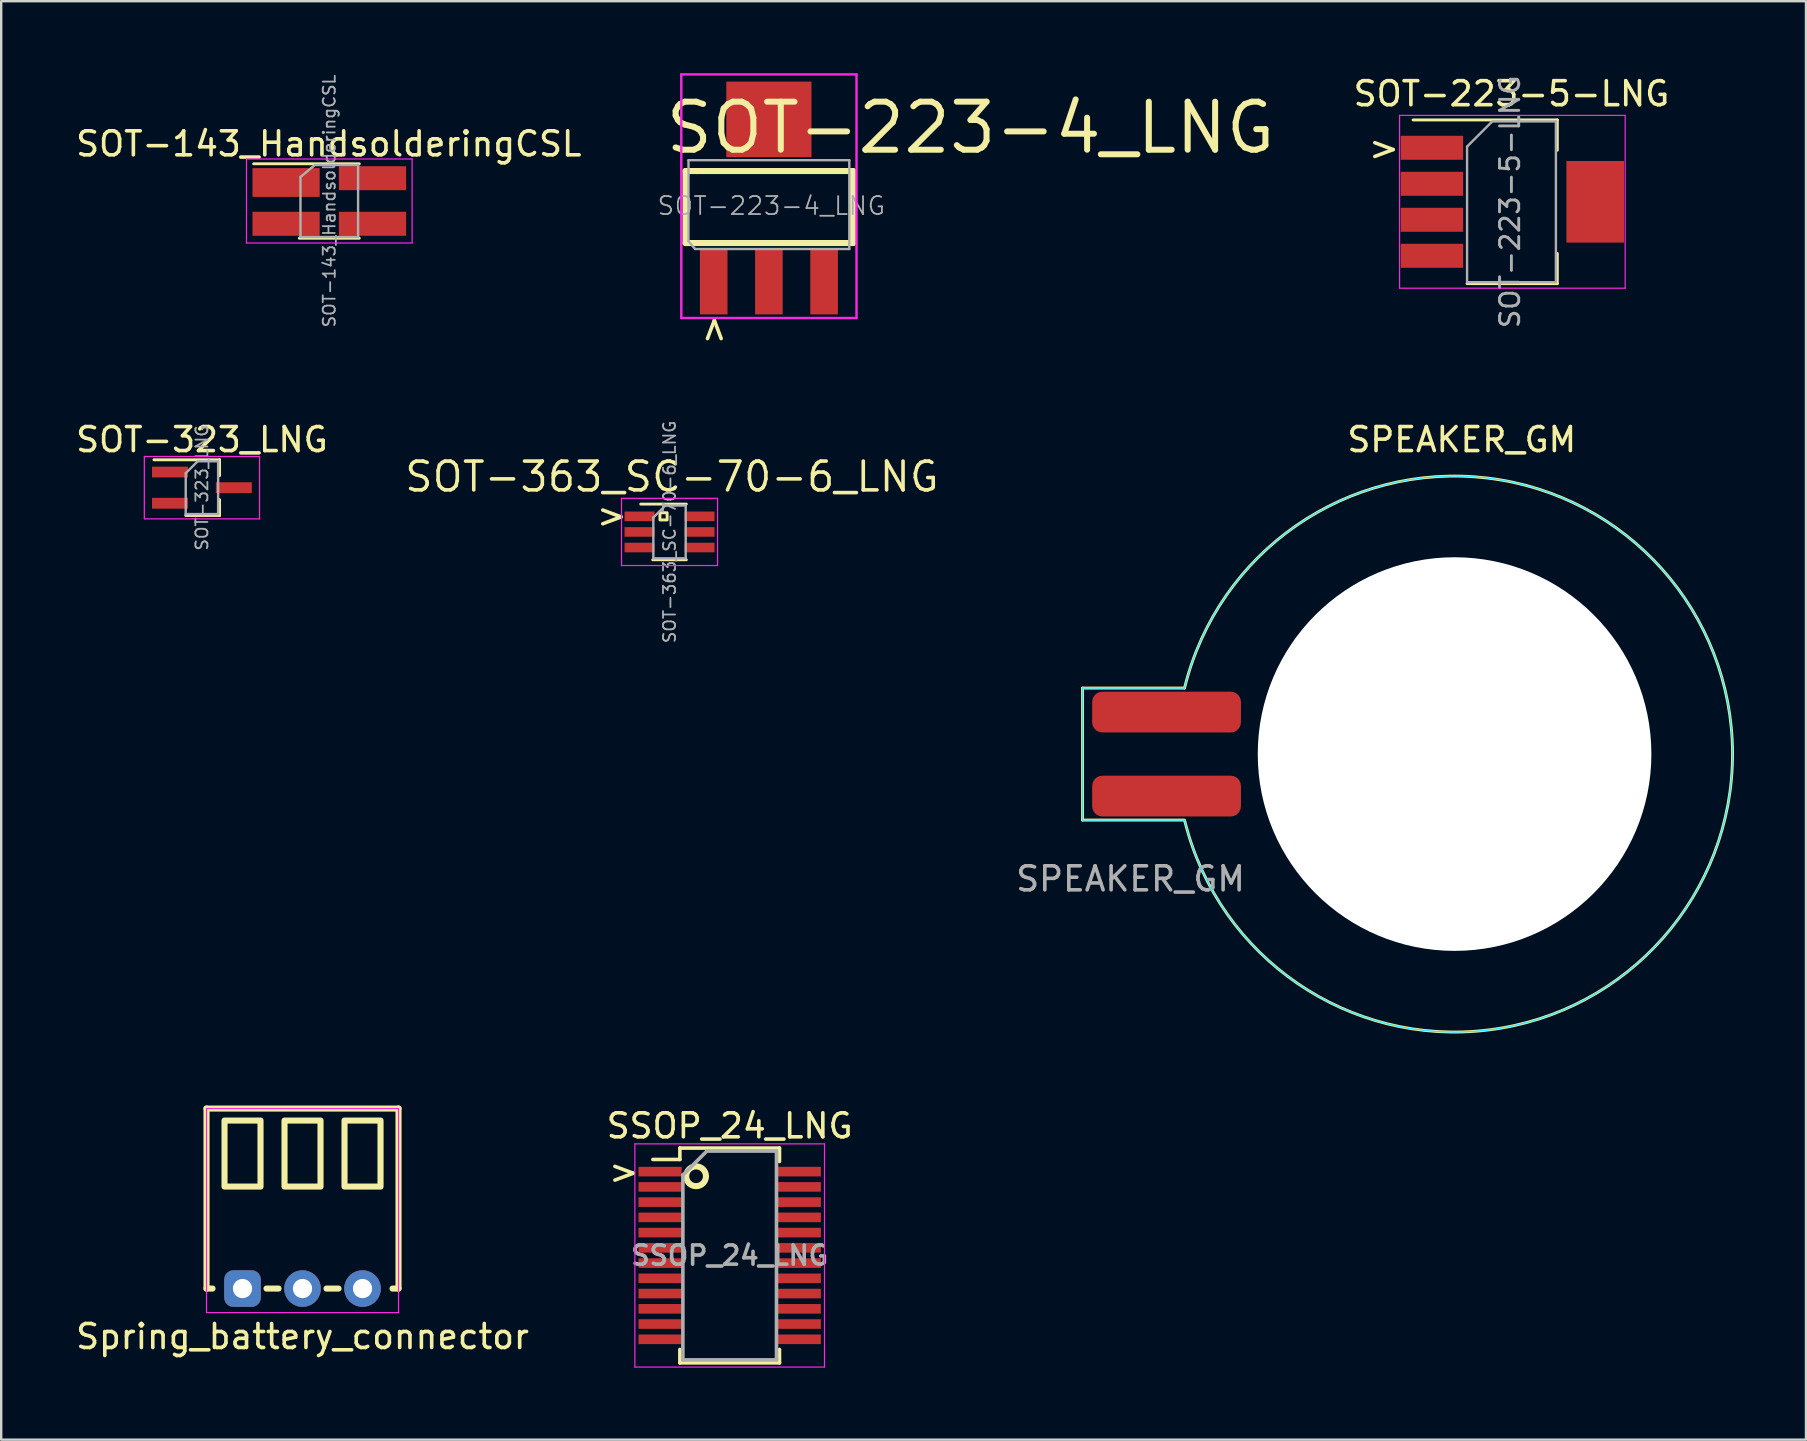
<source format=kicad_pcb>
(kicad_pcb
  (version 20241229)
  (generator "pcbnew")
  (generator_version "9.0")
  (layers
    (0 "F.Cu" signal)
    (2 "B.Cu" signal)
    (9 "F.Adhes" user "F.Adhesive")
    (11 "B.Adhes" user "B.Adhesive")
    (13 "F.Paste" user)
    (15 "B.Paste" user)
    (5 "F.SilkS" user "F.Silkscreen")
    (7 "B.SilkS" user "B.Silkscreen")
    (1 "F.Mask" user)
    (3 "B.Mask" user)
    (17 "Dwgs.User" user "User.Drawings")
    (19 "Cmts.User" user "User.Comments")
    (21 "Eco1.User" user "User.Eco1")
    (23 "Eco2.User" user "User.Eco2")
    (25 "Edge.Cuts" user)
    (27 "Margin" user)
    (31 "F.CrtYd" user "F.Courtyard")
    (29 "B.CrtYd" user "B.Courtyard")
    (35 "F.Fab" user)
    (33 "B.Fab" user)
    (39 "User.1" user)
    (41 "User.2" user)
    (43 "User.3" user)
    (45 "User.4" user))
  (footprint "SOT-223-4_LNG"
    (layer "F.Cu")
    (at 28.985 5.475)
    (property "Reference" "SOT-223-4_LNG" (at 8.4 -3.2 0) (layer "F.SilkS") (effects (font (size 2 2) (thickness 0.25))))
    (attr smd)
    (fp_line (start -3.475 -1.4) (end -3 -1.4) (stroke (width 0.254) (type solid)) (layer "F.SilkS"))
    (fp_line (start -3.475 1.35) (end -3.475 1.6) (stroke (width 0.1) (type solid)) (layer "F.SilkS"))
    (fp_line (start -3.475 1.6) (end -3.475 -1.4) (stroke (width 0.254) (type solid)) (layer "F.SilkS"))
    (fp_line (start -3 -1.4) (end 3.5 -1.4) (stroke (width 0.254) (type solid)) (layer "F.SilkS"))
    (fp_line (start 3.5 -1.4) (end 3.5 1.6) (stroke (width 0.254) (type solid)) (layer "F.SilkS"))
    (fp_line (start 3.5 1.6) (end -3.475 1.6) (stroke (width 0.254) (type solid)) (layer "F.SilkS"))
    (fp_line (start -3.65 -5.425) (end 3.65 -5.425) (stroke (width 0.1) (type solid)) (layer "F.CrtYd"))
    (fp_line (start -3.65 4.725) (end -3.65 -5.425) (stroke (width 0.1) (type solid)) (layer "F.CrtYd"))
    (fp_line (start 3.65 -5.425) (end 3.65 4.725) (stroke (width 0.1) (type solid)) (layer "F.CrtYd"))
    (fp_line (start 3.65 4.725) (end -3.65 4.725) (stroke (width 0.1) (type solid)) (layer "F.CrtYd"))
    (fp_line (start -3.35 -1.85) (end 3.35 -1.85) (stroke (width 0.1) (type solid)) (layer "F.Fab"))
    (fp_line (start -3.35 1.525) (end -3.35 -1.85) (stroke (width 0.1) (type solid)) (layer "F.Fab"))
    (fp_line (start -3.35 1.525) (end -3.075 1.85) (stroke (width 0.1) (type solid)) (layer "F.Fab"))
    (fp_line (start -3.075 1.85) (end 3.35 1.85) (stroke (width 0.1) (type solid)) (layer "F.Fab"))
    (fp_line (start 3.35 -1.85) (end 3.35 1.85) (stroke (width 0.1) (type solid)) (layer "F.Fab"))
    (fp_text user "<" (at -2.2 5.2 270) (unlocked yes) (layer "F.SilkS") (effects (font (size 1 1) (thickness 0.15))))
    (fp_text user "${REFERENCE}" (at 0.1 0.05 0) (layer "F.Fab") (effects (font (size 0.75 0.75) (thickness 0.075))))
    (pad "1" smd rect (at -2.3 3.2) (size 1.15 2.75) (layers "F.Cu" "F.Mask" "F.Paste"))
    (pad "2" smd rect (at 0 3.2) (size 1.15 2.75) (layers "F.Cu" "F.Mask" "F.Paste"))
    (pad "3" smd rect (at 2.3 3.2) (size 1.15 2.75) (layers "F.Cu" "F.Mask" "F.Paste"))
    (pad "4" smd rect (at 0 -3.55) (size 3.55 3.15) (layers "F.Cu" "F.Mask" "F.Paste")))
  (footprint "Spring_battery_connector"
    (layer "F.Cu")
    (at 9.554 53.136)
    (property "Reference" "Spring_battery_connector" (at 0 -0.5 0) (unlocked yes) (layer "F.SilkS") (effects (font (size 1 1) (thickness 0.15))))
    (attr through_hole)
    (fp_line (start -4 -10) (end 4 -10) (stroke (width 0.254) (type solid)) (layer "F.SilkS"))
    (fp_line (start -4 -2.5) (end -4 -10) (stroke (width 0.254) (type solid)) (layer "F.SilkS"))
    (fp_line (start -3.75 -2.5) (end -4 -2.5) (stroke (width 0.254) (type solid)) (layer "F.SilkS"))
    (fp_line (start -1.5 -2.5) (end -1 -2.5) (stroke (width 0.254) (type solid)) (layer "F.SilkS"))
    (fp_line (start 1 -2.5) (end 1.5 -2.5) (stroke (width 0.254) (type solid)) (layer "F.SilkS"))
    (fp_line (start 4 -10) (end 4 -2.5) (stroke (width 0.254) (type solid)) (layer "F.SilkS"))
    (fp_line (start 4 -2.5) (end 3.75 -2.5) (stroke (width 0.254) (type solid)) (layer "F.SilkS"))
    (fp_rect (start -3.25 -9.5) (end -1.75 -6.75) (stroke (width 0.254) (type solid)) (fill no) (layer "F.SilkS"))
    (fp_rect (start -0.75 -9.5) (end 0.75 -6.75) (stroke (width 0.254) (type solid)) (fill no) (layer "F.SilkS"))
    (fp_rect (start 1.75 -9.5) (end 3.25 -6.75) (stroke (width 0.254) (type solid)) (fill no) (layer "F.SilkS"))
    (fp_line (start -4 -10) (end 4 -10) (stroke (width 0.05) (type solid)) (layer "F.CrtYd"))
    (fp_line (start -4 -1.5) (end -4 -10) (stroke (width 0.05) (type solid)) (layer "F.CrtYd"))
    (fp_line (start 4 -10) (end 4 -1.5) (stroke (width 0.05) (type solid)) (layer "F.CrtYd"))
    (fp_line (start 4 -1.5) (end -4 -1.5) (stroke (width 0.05) (type solid)) (layer "F.CrtYd"))
    (pad "1" thru_hole roundrect (at -2.5 -2.5) (size 1.524 1.524) (drill 0.8) (layers "*.Cu" "*.Mask") (roundrect_rratio 0.25))
    (pad "2" thru_hole circle (at 0 -2.5) (size 1.524 1.524) (drill 0.8) (layers "*.Cu" "*.Mask"))
    (pad "3" thru_hole circle (at 2.5 -2.5) (size 1.524 1.524) (drill 0.8) (layers "*.Cu" "*.Mask")))
  (footprint "SSOP_24_LNG"
    (layer "F.Cu")
    (at 27.351 49.257)
    (property "Reference" "SSOP_24_LNG" (at 0 -5.4 0) (layer "F.SilkS") (effects (font (size 1 1) (thickness 0.15))))
    (attr smd)
    (fp_line (start -2.075 -4.475) (end -2.075 -4) (stroke (width 0.15) (type solid)) (layer "F.SilkS"))
    (fp_line (start -2.075 -4.475) (end 2.075 -4.475) (stroke (width 0.15) (type solid)) (layer "F.SilkS"))
    (fp_line (start -2.075 -4) (end -3.2 -4) (stroke (width 0.15) (type solid)) (layer "F.SilkS"))
    (fp_line (start -2.075 4.475) (end -2.075 3.917) (stroke (width 0.15) (type solid)) (layer "F.SilkS"))
    (fp_line (start -2.075 4.475) (end 2.075 4.475) (stroke (width 0.15) (type solid)) (layer "F.SilkS"))
    (fp_line (start 2.075 -4.475) (end 2.075 -3.917) (stroke (width 0.15) (type solid)) (layer "F.SilkS"))
    (fp_line (start 2.075 4.475) (end 2.075 3.917) (stroke (width 0.15) (type solid)) (layer "F.SilkS"))
    (fp_circle (center -1.4 -3.3) (end -1 -3.4) (stroke (width 0.254) (type solid)) (fill no) (layer "F.SilkS"))
    (fp_line (start -3.95 -4.65) (end -3.95 4.65) (stroke (width 0.05) (type solid)) (layer "F.CrtYd"))
    (fp_line (start -3.95 -4.65) (end 3.95 -4.65) (stroke (width 0.05) (type solid)) (layer "F.CrtYd"))
    (fp_line (start -3.95 4.65) (end 3.95 4.65) (stroke (width 0.05) (type solid)) (layer "F.CrtYd"))
    (fp_line (start 3.95 -4.65) (end 3.95 4.65) (stroke (width 0.05) (type solid)) (layer "F.CrtYd"))
    (fp_line (start -1.95 -3.35) (end -0.95 -4.35) (stroke (width 0.15) (type solid)) (layer "F.Fab"))
    (fp_line (start -1.95 4.35) (end -1.95 -3.35) (stroke (width 0.15) (type solid)) (layer "F.Fab"))
    (fp_line (start -0.95 -4.35) (end 1.95 -4.35) (stroke (width 0.15) (type solid)) (layer "F.Fab"))
    (fp_line (start 1.95 -4.35) (end 1.95 4.35) (stroke (width 0.15) (type solid)) (layer "F.Fab"))
    (fp_line (start 1.95 4.35) (end -1.95 4.35) (stroke (width 0.15) (type solid)) (layer "F.Fab"))
    (fp_text user ">" (at -4.4 -3.5 0) (unlocked yes) (layer "F.SilkS") (effects (font (size 1 1) (thickness 0.15))))
    (fp_text user "${REFERENCE}" (at 0 0 0) (layer "F.Fab") (effects (font (size 0.8 0.8) (thickness 0.15))))
    (pad "1" smd rect (at -2.9 -3.493) (size 1.8 0.4) (layers "F.Cu" "F.Mask" "F.Paste"))
    (pad "2" smd rect (at -2.9 -2.857) (size 1.8 0.4) (layers "F.Cu" "F.Mask" "F.Paste"))
    (pad "3" smd rect (at -2.9 -2.223) (size 1.8 0.4) (layers "F.Cu" "F.Mask" "F.Paste"))
    (pad "4" smd rect (at -2.9 -1.587) (size 1.8 0.4) (layers "F.Cu" "F.Mask" "F.Paste"))
    (pad "5" smd rect (at -2.9 -0.953) (size 1.8 0.4) (layers "F.Cu" "F.Mask" "F.Paste"))
    (pad "6" smd rect (at -2.9 -0.318) (size 1.8 0.4) (layers "F.Cu" "F.Mask" "F.Paste"))
    (pad "7" smd rect (at -2.9 0.318) (size 1.8 0.4) (layers "F.Cu" "F.Mask" "F.Paste"))
    (pad "8" smd rect (at -2.9 0.953) (size 1.8 0.4) (layers "F.Cu" "F.Mask" "F.Paste"))
    (pad "9" smd rect (at -2.9 1.587) (size 1.8 0.4) (layers "F.Cu" "F.Mask" "F.Paste"))
    (pad "10" smd rect (at -2.9 2.223) (size 1.8 0.4) (layers "F.Cu" "F.Mask" "F.Paste"))
    (pad "11" smd rect (at -2.9 2.857) (size 1.8 0.4) (layers "F.Cu" "F.Mask" "F.Paste"))
    (pad "12" smd rect (at -2.9 3.493) (size 1.8 0.4) (layers "F.Cu" "F.Mask" "F.Paste"))
    (pad "13" smd rect (at 2.9 3.493) (size 1.8 0.4) (layers "F.Cu" "F.Mask" "F.Paste"))
    (pad "14" smd rect (at 2.9 2.857) (size 1.8 0.4) (layers "F.Cu" "F.Mask" "F.Paste"))
    (pad "15" smd rect (at 2.9 2.223) (size 1.8 0.4) (layers "F.Cu" "F.Mask" "F.Paste"))
    (pad "16" smd rect (at 2.9 1.587) (size 1.8 0.4) (layers "F.Cu" "F.Mask" "F.Paste"))
    (pad "17" smd rect (at 2.9 0.953) (size 1.8 0.4) (layers "F.Cu" "F.Mask" "F.Paste"))
    (pad "18" smd rect (at 2.9 0.318) (size 1.8 0.4) (layers "F.Cu" "F.Mask" "F.Paste"))
    (pad "19" smd rect (at 2.9 -0.318) (size 1.8 0.4) (layers "F.Cu" "F.Mask" "F.Paste"))
    (pad "20" smd rect (at 2.9 -0.953) (size 1.8 0.4) (layers "F.Cu" "F.Mask" "F.Paste"))
    (pad "21" smd rect (at 2.9 -1.587) (size 1.8 0.4) (layers "F.Cu" "F.Mask" "F.Paste"))
    (pad "22" smd rect (at 2.9 -2.223) (size 1.8 0.4) (layers "F.Cu" "F.Mask" "F.Paste"))
    (pad "23" smd rect (at 2.9 -2.857) (size 1.8 0.4) (layers "F.Cu" "F.Mask" "F.Paste"))
    (pad "24" smd rect (at 2.9 -3.493) (size 1.8 0.4) (layers "F.Cu" "F.Mask" "F.Paste")))
  (footprint "SOT-323_LNG"
    (layer "F.Cu")
    (at 5.363 17.267)
    (property "Reference" "SOT-323_LNG" (at 0 -2 0) (layer "F.SilkS") (effects (font (size 1 1) (thickness 0.15))))
    (attr smd)
    (fp_line (start -0.675 1.16) (end 0.735 1.16) (stroke (width 0.12) (type solid)) (layer "F.SilkS"))
    (fp_line (start 0.735 -1.17) (end 0.735 -0.5) (stroke (width 0.12) (type solid)) (layer "F.SilkS"))
    (fp_line (start 0.735 -1.16) (end -2 -1.16) (stroke (width 0.12) (type solid)) (layer "F.SilkS"))
    (fp_line (start 0.735 0.5) (end 0.735 1.16) (stroke (width 0.12) (type solid)) (layer "F.SilkS"))
    (fp_line (start -2.4 -1.3) (end 2.4 -1.3) (stroke (width 0.05) (type solid)) (layer "F.CrtYd"))
    (fp_line (start -2.4 1.3) (end -2.4 -1.3) (stroke (width 0.05) (type solid)) (layer "F.CrtYd"))
    (fp_line (start 2.4 -1.3) (end 2.4 1.3) (stroke (width 0.05) (type solid)) (layer "F.CrtYd"))
    (fp_line (start 2.4 1.3) (end -2.4 1.3) (stroke (width 0.05) (type solid)) (layer "F.CrtYd"))
    (fp_line (start -0.675 -0.6) (end -0.675 1.1) (stroke (width 0.1) (type solid)) (layer "F.Fab"))
    (fp_line (start -0.175 -1.1) (end -0.675 -0.6) (stroke (width 0.1) (type solid)) (layer "F.Fab"))
    (fp_line (start 0.675 -1.1) (end -0.175 -1.1) (stroke (width 0.1) (type solid)) (layer "F.Fab"))
    (fp_line (start 0.675 -1.1) (end 0.675 1.1) (stroke (width 0.1) (type solid)) (layer "F.Fab"))
    (fp_line (start 0.675 1.1) (end -0.675 1.1) (stroke (width 0.1) (type solid)) (layer "F.Fab"))
    (fp_text user "${REFERENCE}" (at 0 0 90) (layer "F.Fab") (effects (font (size 0.5 0.5) (thickness 0.075))))
    (pad "1" smd rect (at -1.33 -0.65 270) (size 0.45 1.5) (layers "F.Cu" "F.Mask" "F.Paste"))
    (pad "2" smd rect (at -1.33 0.65 270) (size 0.45 1.5) (layers "F.Cu" "F.Mask" "F.Paste"))
    (pad "3" smd rect (at 1.33 0 270) (size 0.45 1.5) (layers "F.Cu" "F.Mask" "F.Paste")))
  (footprint "SOT-223-5-LNG"
    (layer "F.Cu")
    (at 59.861 5.357)
    (property "Reference" "SOT-223-5-LNG" (at 0.062 -4.5 0) (layer "F.SilkS") (effects (font (size 1 1) (thickness 0.15))))
    (attr smd)
    (fp_line (start -4.037 -3.41) (end 1.972 -3.41) (stroke (width 0.12) (type solid)) (layer "F.SilkS"))
    (fp_line (start -1.788 3.41) (end 1.972 3.41) (stroke (width 0.12) (type solid)) (layer "F.SilkS"))
    (fp_line (start 1.972 -3.41) (end 1.972 -2.15) (stroke (width 0.12) (type solid)) (layer "F.SilkS"))
    (fp_line (start 1.972 3.41) (end 1.972 2.15) (stroke (width 0.12) (type solid)) (layer "F.SilkS"))
    (fp_line (start -4.6 -3.6) (end -4.6 3.6) (stroke (width 0.05) (type solid)) (layer "F.CrtYd"))
    (fp_line (start -4.6 -3.6) (end 4.8 -3.6) (stroke (width 0.05) (type solid)) (layer "F.CrtYd"))
    (fp_line (start 4.8 3.6) (end -4.6 3.6) (stroke (width 0.05) (type solid)) (layer "F.CrtYd"))
    (fp_line (start 4.8 3.6) (end 4.8 -3.6) (stroke (width 0.05) (type solid)) (layer "F.CrtYd"))
    (fp_line (start -1.788 -2.3) (end -1.788 3.35) (stroke (width 0.1) (type solid)) (layer "F.Fab"))
    (fp_line (start -1.788 -2.3) (end -0.738 -3.35) (stroke (width 0.1) (type solid)) (layer "F.Fab"))
    (fp_line (start -1.788 3.35) (end 1.913 3.35) (stroke (width 0.1) (type solid)) (layer "F.Fab"))
    (fp_line (start -0.738 -3.35) (end 1.913 -3.35) (stroke (width 0.1) (type solid)) (layer "F.Fab"))
    (fp_line (start 1.913 -3.35) (end 1.913 3.35) (stroke (width 0.1) (type solid)) (layer "F.Fab"))
    (fp_text user ">" (at -5.25 -2.25 0) (unlocked yes) (layer "F.SilkS") (effects (font (size 1 1) (thickness 0.15))))
    (fp_text user "${REFERENCE}" (at 0 0 90) (layer "F.Fab") (effects (font (size 0.8 0.8) (thickness 0.12))))
    (pad "1" smd rect (at -3.25 -2.25) (size 2.6 1) (layers "F.Cu" "F.Mask" "F.Paste"))
    (pad "2" smd rect (at -3.25 -0.75) (size 2.6 1) (layers "F.Cu" "F.Mask" "F.Paste"))
    (pad "3" smd rect (at -3.25 0.75) (size 2.6 1) (layers "F.Cu" "F.Mask" "F.Paste"))
    (pad "4" smd rect (at -3.25 2.25) (size 2.6 1) (layers "F.Cu" "F.Mask" "F.Paste"))
    (pad "5" smd rect (at 3.55 0) (size 2.4 3.4) (layers "F.Cu" "F.Mask" "F.Paste")))
  (footprint "SOT-363_SC-70-6_LNG"
    (layer "F.Cu")
    (at 24.845 19.112)
    (property "Reference" "SOT-363_SC-70-6_LNG" (at 0.1 -2.3 0) (layer "F.SilkS") (effects (font (size 1.2 1.2) (thickness 0.15))))
    (attr smd)
    (fp_line (start -0.7 1.16) (end 0.7 1.16) (stroke (width 0.12) (type solid)) (layer "F.SilkS"))
    (fp_line (start 0.7 -1.16) (end -1.2 -1.16) (stroke (width 0.12) (type solid)) (layer "F.SilkS"))
    (fp_rect (start -0.4 -0.8) (end -0.1 -0.5) (stroke (width 0.12) (type solid)) (fill no) (layer "F.SilkS"))
    (fp_line (start -2 -1.4) (end -2 1.4) (stroke (width 0.05) (type solid)) (layer "F.CrtYd"))
    (fp_line (start -2 -1.4) (end 2 -1.4) (stroke (width 0.05) (type solid)) (layer "F.CrtYd"))
    (fp_line (start -2 1.4) (end 2 1.4) (stroke (width 0.05) (type solid)) (layer "F.CrtYd"))
    (fp_line (start 2 1.4) (end 2 -1.4) (stroke (width 0.05) (type solid)) (layer "F.CrtYd"))
    (fp_line (start -0.675 -0.6) (end -0.675 1.1) (stroke (width 0.1) (type solid)) (layer "F.Fab"))
    (fp_line (start -0.175 -1.1) (end -0.675 -0.6) (stroke (width 0.1) (type solid)) (layer "F.Fab"))
    (fp_line (start 0.675 -1.1) (end -0.175 -1.1) (stroke (width 0.1) (type solid)) (layer "F.Fab"))
    (fp_line (start 0.675 -1.1) (end 0.675 1.1) (stroke (width 0.1) (type solid)) (layer "F.Fab"))
    (fp_line (start 0.675 1.1) (end -0.675 1.1) (stroke (width 0.1) (type solid)) (layer "F.Fab"))
    (fp_text user ">" (at -2.4 -0.7 0) (unlocked yes) (layer "F.SilkS") (effects (font (size 1 1) (thickness 0.15))))
    (fp_text user "${REFERENCE}" (at 0 0 90) (layer "F.Fab") (effects (font (size 0.5 0.5) (thickness 0.075))))
    (pad "1" smd rect (at -1.25 -0.65) (size 1.25 0.4) (layers "F.Cu" "F.Mask" "F.Paste"))
    (pad "2" smd rect (at -1.25 0) (size 1.25 0.4) (layers "F.Cu" "F.Mask" "F.Paste"))
    (pad "3" smd rect (at -1.25 0.65) (size 1.25 0.4) (layers "F.Cu" "F.Mask" "F.Paste"))
    (pad "4" smd rect (at 1.25 0.65) (size 1.25 0.4) (layers "F.Cu" "F.Mask" "F.Paste"))
    (pad "5" smd rect (at 1.25 0) (size 1.25 0.4) (layers "F.Cu" "F.Mask" "F.Paste"))
    (pad "6" smd rect (at 1.25 -0.65) (size 1.25 0.4) (layers "F.Cu" "F.Mask" "F.Paste")))
  (footprint "SPEAKER_GM"
    (layer "F.Cu")
    (at 45.552 28.367)
    (property "Reference" "SPEAKER_GM" (at 12.3 -13.1 0) (unlocked yes) (layer "F.SilkS") (effects (font (size 1 1) (thickness 0.15))))
    (attr smd)
    (fp_line (start -3.5 -2.75) (end -3.5 2.75) (stroke (width 0.12) (type solid)) (layer "F.SilkS"))
    (fp_line (start -3.5 2.75) (end 0.75 2.75) (stroke (width 0.12) (type solid)) (layer "F.SilkS"))
    (fp_line (start 0.75 -2.75) (end -3.5 -2.75) (stroke (width 0.12) (type solid)) (layer "F.SilkS"))
    (fp_arc (start 0.750001 -2.75) (mid 23.581194 -0.030317) (end 0.764553 2.808862) (stroke (width 0.12) (type solid)) (layer "F.SilkS"))
    (fp_line (start -3.5 -2.75) (end -3.5 2.75) (stroke (width 0.05) (type solid)) (layer "B.CrtYd"))
    (fp_line (start -3.5 2.75) (end 0.75 2.75) (stroke (width 0.05) (type solid)) (layer "B.CrtYd"))
    (fp_line (start 0.75 -2.75) (end -3.5 -2.75) (stroke (width 0.05) (type solid)) (layer "B.CrtYd"))
    (fp_arc (start 0.750001 -2.75) (mid 23.581234 0) (end 0.750001 2.75) (stroke (width 0.05) (type solid)) (layer "B.CrtYd"))
    (fp_text user "${REFERENCE}" (at -1.5 5.2 0) (unlocked yes) (layer "F.Fab") (effects (font (size 1 1) (thickness 0.15))))
    (pad "" np_thru_hole circle (at 12 0) (size 16.4 16.4) (drill 16.4) (layers "*.Cu" "*.Mask"))
    (pad "1" smd roundrect (at 0 -1.75) (size 6.2 1.7) (layers "F.Cu" "F.Mask" "F.Paste") (roundrect_rratio 0.25))
    (pad "2" smd roundrect (at 0 1.75) (size 6.2 1.7) (layers "F.Cu" "F.Mask" "F.Paste") (roundrect_rratio 0.25)))
  (footprint "SOT-143_HandsolderingCSL"
    (layer "F.Cu")
    (at 10.669 5.324)
    (property "Reference" "SOT-143_HandsolderingCSL" (at -0.02 -2.38 0) (layer "F.SilkS") (effects (font (size 1 1) (thickness 0.15))))
    (attr smd)
    (fp_line (start 1.25 -1.55) (end -3.15 -1.55) (stroke (width 0.12) (type solid)) (layer "F.SilkS"))
    (fp_line (start 1.25 1.55) (end -1.25 1.55) (stroke (width 0.12) (type solid)) (layer "F.SilkS"))
    (fp_line (start -3.45 1.75) (end -3.45 -1.75) (stroke (width 0.05) (type solid)) (layer "F.CrtYd"))
    (fp_line (start -3.45 1.75) (end 3.45 1.75) (stroke (width 0.05) (type solid)) (layer "F.CrtYd"))
    (fp_line (start 3.45 -1.75) (end -3.45 -1.75) (stroke (width 0.05) (type solid)) (layer "F.CrtYd"))
    (fp_line (start 3.45 -1.75) (end 3.45 1.75) (stroke (width 0.05) (type solid)) (layer "F.CrtYd"))
    (fp_line (start -1.2 1.5) (end -1.2 -1) (stroke (width 0.1) (type solid)) (layer "F.Fab"))
    (fp_line (start -0.6 -1.5) (end -1.2 -1) (stroke (width 0.1) (type solid)) (layer "F.Fab"))
    (fp_line (start -0.6 -1.5) (end 1.2 -1.5) (stroke (width 0.1) (type solid)) (layer "F.Fab"))
    (fp_line (start 1.2 -1.5) (end 1.2 1.5) (stroke (width 0.1) (type solid)) (layer "F.Fab"))
    (fp_line (start 1.2 1.5) (end -1.2 1.5) (stroke (width 0.1) (type solid)) (layer "F.Fab"))
    (fp_text user "${REFERENCE}" (at 0 0 90) (layer "F.Fab") (effects (font (size 0.5 0.5) (thickness 0.075))))
    (pad "1" smd rect (at -1.8 -0.77 270) (size 1.2 2.8) (layers "F.Cu" "F.Mask" "F.Paste"))
    (pad "2" smd rect (at -1.8 0.95 270) (size 1 2.8) (layers "F.Cu" "F.Mask" "F.Paste"))
    (pad "3" smd rect (at 1.8 0.95 270) (size 1 2.8) (layers "F.Cu" "F.Mask" "F.Paste"))
    (pad "4" smd trapezoid (at 1.8 -0.95 270) (size 1 2.8) (layers "F.Cu" "F.Mask" "F.Paste")))
  (gr_rect
    (start -3 -3)
    (end 72.193 56.932)
    (stroke (width 0.1) (type default))
    (fill no)
    (layer "Edge.Cuts")))
</source>
